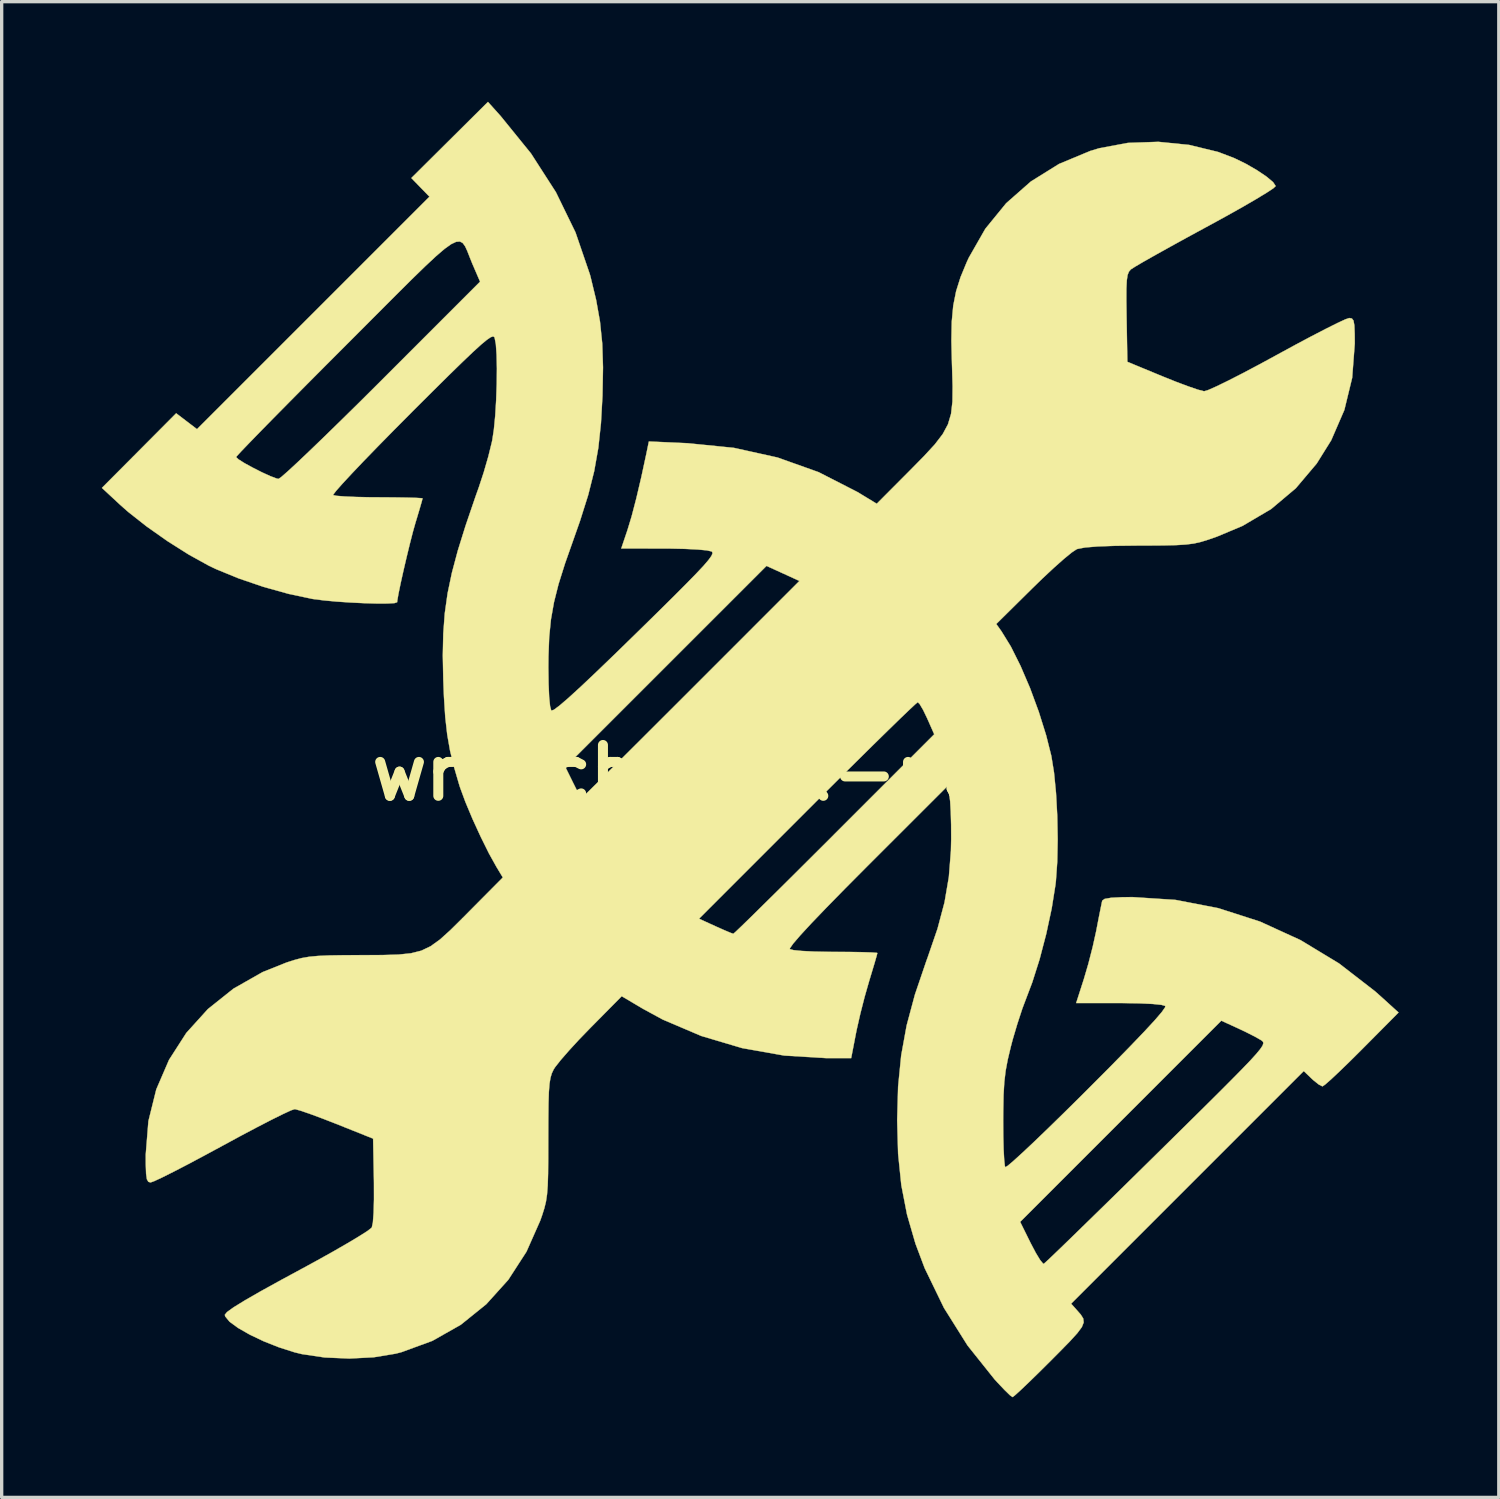
<source format=kicad_pcb>
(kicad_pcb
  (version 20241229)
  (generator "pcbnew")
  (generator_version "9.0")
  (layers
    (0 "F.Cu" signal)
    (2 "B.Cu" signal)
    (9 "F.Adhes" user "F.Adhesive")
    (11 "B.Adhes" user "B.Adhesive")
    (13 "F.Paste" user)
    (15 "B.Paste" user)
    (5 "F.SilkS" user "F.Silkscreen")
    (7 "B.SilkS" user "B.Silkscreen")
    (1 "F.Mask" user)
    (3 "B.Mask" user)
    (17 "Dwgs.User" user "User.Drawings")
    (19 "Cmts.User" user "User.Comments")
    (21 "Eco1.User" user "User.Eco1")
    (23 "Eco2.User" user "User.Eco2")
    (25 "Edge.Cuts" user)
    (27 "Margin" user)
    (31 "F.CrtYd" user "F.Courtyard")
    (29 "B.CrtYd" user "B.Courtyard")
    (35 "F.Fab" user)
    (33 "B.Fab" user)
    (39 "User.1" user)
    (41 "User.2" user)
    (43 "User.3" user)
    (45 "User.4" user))
  (footprint "wrench-silk-neg"
    (layer "F.Cu")
    (at 17.997 20.113)
    (property "Reference" "wrench-silk-neg" (at 0 0 0) (layer "F.SilkS") (effects (font (size 1.524 1.524) (thickness 0.3))))
    (attr through_hole)
    (fp_poly (pts (xy -6.042 -19.685) (xy -5.132 -18.563) (xy -4.385 -17.402) (xy -3.798 -16.197) (xy -3.368 -14.942) (xy -3.349 -14.873) (xy -3.18 -14.174) (xy -3.064 -13.523) (xy -2.997 -12.867) (xy -2.974 -12.152) (xy -2.989 -11.326) (xy -2.989 -11.312) (xy -3.035 -10.481) (xy -3.114 -9.742) (xy -3.238 -9.041) (xy -3.417 -8.329) (xy -3.662 -7.553) (xy -3.857 -6.998) (xy -4.113 -6.272) (xy -4.306 -5.658) (xy -4.443 -5.114) (xy -4.534 -4.599) (xy -4.587 -4.071) (xy -4.609 -3.488) (xy -4.612 -3.156) (xy -4.605 -2.664) (xy -4.588 -2.27) (xy -4.56 -1.996) (xy -4.525 -1.867) (xy -4.523 -1.864) (xy -4.45 -1.887) (xy -4.282 -2.011) (xy -4.015 -2.24) (xy -3.645 -2.578) (xy -3.169 -3.028) (xy -2.582 -3.593) (xy -1.999 -4.162) (xy -1.387 -4.762) (xy -0.887 -5.256) (xy -0.49 -5.654) (xy -0.185 -5.966) (xy 0.038 -6.203) (xy 0.187 -6.377) (xy 0.274 -6.497) (xy 0.308 -6.575) (xy 0.299 -6.621) (xy 0.282 -6.635) (xy 0.142 -6.667) (xy -0.135 -6.693) (xy -0.517 -6.712) (xy -0.974 -6.722) (xy -1.15 -6.723) (xy -2.427 -6.724) (xy -2.24 -7.278) (xy -2.117 -7.684) (xy -1.976 -8.224) (xy -1.825 -8.866) (xy -1.672 -9.576) (xy -1.641 -9.728) (xy -1.599 -9.931) (xy -0.44 -9.879) (xy 0.948 -9.74) (xy 2.258 -9.45) (xy 3.49 -9.011) (xy 4.643 -8.421) (xy 4.711 -8.381) (xy 5.231 -8.065) (xy 6.211 -9.049) (xy 6.645 -9.49) (xy 6.973 -9.846) (xy 7.208 -10.153) (xy 7.365 -10.445) (xy 7.458 -10.758) (xy 7.5 -11.127) (xy 7.505 -11.586) (xy 7.488 -12.17) (xy 7.485 -12.249) (xy 7.468 -12.95) (xy 7.479 -13.522) (xy 7.524 -14.004) (xy 7.61 -14.436) (xy 7.742 -14.856) (xy 7.927 -15.303) (xy 7.988 -15.436) (xy 8.485 -16.306) (xy 9.11 -17.072) (xy 9.851 -17.724) (xy 10.694 -18.249) (xy 11.628 -18.638) (xy 11.899 -18.72) (xy 12.758 -18.88) (xy 13.672 -18.912) (xy 14.592 -18.82) (xy 15.467 -18.607) (xy 15.946 -18.424) (xy 16.297 -18.253) (xy 16.63 -18.06) (xy 16.912 -17.87) (xy 17.109 -17.705) (xy 17.187 -17.588) (xy 17.187 -17.584) (xy 17.116 -17.518) (xy 16.913 -17.385) (xy 16.599 -17.194) (xy 16.192 -16.958) (xy 15.711 -16.688) (xy 15.174 -16.394) (xy 15.092 -16.35) (xy 14.54 -16.05) (xy 14.033 -15.771) (xy 13.589 -15.524) (xy 13.23 -15.321) (xy 12.978 -15.173) (xy 12.851 -15.092) (xy 12.846 -15.088) (xy 12.789 -15.021) (xy 12.749 -14.921) (xy 12.725 -14.759) (xy 12.713 -14.51) (xy 12.712 -14.145) (xy 12.719 -13.639) (xy 12.719 -13.638) (xy 12.742 -12.319) (xy 13.801 -11.881) (xy 14.207 -11.718) (xy 14.571 -11.582) (xy 14.857 -11.484) (xy 15.03 -11.439) (xy 15.048 -11.437) (xy 15.17 -11.475) (xy 15.418 -11.585) (xy 15.771 -11.757) (xy 16.207 -11.98) (xy 16.705 -12.244) (xy 17.233 -12.531) (xy 17.769 -12.823) (xy 18.263 -13.086) (xy 18.694 -13.309) (xy 19.04 -13.482) (xy 19.28 -13.593) (xy 19.394 -13.631) (xy 19.472 -13.617) (xy 19.52 -13.555) (xy 19.546 -13.411) (xy 19.556 -13.154) (xy 19.558 -12.865) (xy 19.48 -11.839) (xy 19.246 -10.876) (xy 18.852 -9.967) (xy 18.418 -9.271) (xy 17.791 -8.529) (xy 17.052 -7.907) (xy 16.194 -7.401) (xy 15.431 -7.081) (xy 15.168 -6.989) (xy 14.947 -6.921) (xy 14.736 -6.873) (xy 14.501 -6.843) (xy 14.209 -6.825) (xy 13.828 -6.816) (xy 13.323 -6.812) (xy 13.081 -6.812) (xy 12.385 -6.804) (xy 11.851 -6.785) (xy 11.475 -6.754) (xy 11.249 -6.711) (xy 11.22 -6.7) (xy 11.079 -6.607) (xy 10.844 -6.415) (xy 10.54 -6.145) (xy 10.193 -5.821) (xy 9.891 -5.527) (xy 8.813 -4.461) (xy 8.971 -4.239) (xy 9.251 -3.784) (xy 9.541 -3.203) (xy 9.826 -2.538) (xy 10.087 -1.83) (xy 10.309 -1.121) (xy 10.463 -0.508) (xy 10.544 -0.009) (xy 10.604 0.608) (xy 10.641 1.292) (xy 10.654 1.994) (xy 10.641 2.662) (xy 10.6 3.247) (xy 10.587 3.358) (xy 10.474 4.067) (xy 10.31 4.83) (xy 10.112 5.587) (xy 9.893 6.277) (xy 9.737 6.689) (xy 9.597 7.059) (xy 9.446 7.519) (xy 9.305 7.995) (xy 9.248 8.213) (xy 9.157 8.594) (xy 9.094 8.93) (xy 9.054 9.268) (xy 9.031 9.656) (xy 9.022 10.142) (xy 9.02 10.428) (xy 9.023 10.887) (xy 9.033 11.286) (xy 9.05 11.594) (xy 9.07 11.781) (xy 9.084 11.821) (xy 9.156 11.778) (xy 9.334 11.627) (xy 9.606 11.379) (xy 9.957 11.049) (xy 10.376 10.646) (xy 10.848 10.185) (xy 11.362 9.677) (xy 11.558 9.481) (xy 12.238 8.799) (xy 12.796 8.229) (xy 13.236 7.77) (xy 13.561 7.419) (xy 13.772 7.173) (xy 13.873 7.029) (xy 13.879 6.987) (xy 13.761 6.954) (xy 13.497 6.927) (xy 13.109 6.909) (xy 12.62 6.901) (xy 12.5 6.9) (xy 11.208 6.9) (xy 11.44 6.177) (xy 11.572 5.727) (xy 11.704 5.213) (xy 11.809 4.739) (xy 11.817 4.696) (xy 11.884 4.348) (xy 11.942 4.058) (xy 11.98 3.871) (xy 11.99 3.831) (xy 12.061 3.779) (xy 12.256 3.745) (xy 12.59 3.728) (xy 12.898 3.725) (xy 14.187 3.809) (xy 15.466 4.056) (xy 16.719 4.459) (xy 17.93 5.013) (xy 19.085 5.712) (xy 20.167 6.549) (xy 20.362 6.723) (xy 20.87 7.184) (xy 19.771 8.291) (xy 19.418 8.642) (xy 19.103 8.947) (xy 18.847 9.188) (xy 18.669 9.344) (xy 18.59 9.398) (xy 18.482 9.344) (xy 18.314 9.21) (xy 18.269 9.168) (xy 18.029 8.938) (xy 11.056 15.911) (xy 11.23 16.105) (xy 11.348 16.24) (xy 11.42 16.356) (xy 11.433 16.473) (xy 11.378 16.612) (xy 11.242 16.795) (xy 11.016 17.043) (xy 10.688 17.378) (xy 10.447 17.62) (xy 10.097 17.968) (xy 9.787 18.27) (xy 9.538 18.507) (xy 9.369 18.66) (xy 9.3 18.711) (xy 9.221 18.653) (xy 9.06 18.496) (xy 8.847 18.271) (xy 8.765 18.182) (xy 7.952 17.163) (xy 7.245 16.037) (xy 6.667 14.845) (xy 6.391 14.111) (xy 6.202 13.459) (xy 9.529 13.459) (xy 9.847 14.102) (xy 9.999 14.39) (xy 10.129 14.604) (xy 10.218 14.711) (xy 10.236 14.717) (xy 10.307 14.654) (xy 10.489 14.483) (xy 10.768 14.215) (xy 11.134 13.86) (xy 11.576 13.429) (xy 12.083 12.934) (xy 12.643 12.385) (xy 13.245 11.793) (xy 13.628 11.416) (xy 14.344 10.71) (xy 14.949 10.113) (xy 15.45 9.616) (xy 15.857 9.208) (xy 16.179 8.881) (xy 16.425 8.625) (xy 16.602 8.43) (xy 16.721 8.286) (xy 16.79 8.185) (xy 16.817 8.115) (xy 16.812 8.069) (xy 16.783 8.035) (xy 16.751 8.013) (xy 16.568 7.908) (xy 16.295 7.77) (xy 16.055 7.656) (xy 15.558 7.429) (xy 9.529 13.459) (xy 6.202 13.459) (xy 6.138 13.237) (xy 5.967 12.357) (xy 5.871 11.418) (xy 5.843 10.414) (xy 5.871 9.402) (xy 5.963 8.472) (xy 6.127 7.571) (xy 6.375 6.646) (xy 6.716 5.644) (xy 6.752 5.546) (xy 7.052 4.673) (xy 7.262 3.883) (xy 7.392 3.123) (xy 7.454 2.339) (xy 7.462 1.983) (xy 7.46 1.555) (xy 7.449 1.163) (xy 7.431 0.853) (xy 7.409 0.681) (xy 7.348 0.401) (xy 4.946 2.801) (xy 4.278 3.473) (xy 3.72 4.043) (xy 3.273 4.509) (xy 2.941 4.869) (xy 2.725 5.12) (xy 2.629 5.258) (xy 2.626 5.285) (xy 2.737 5.314) (xy 2.988 5.339) (xy 3.347 5.357) (xy 3.786 5.366) (xy 3.979 5.367) (xy 4.421 5.369) (xy 4.796 5.375) (xy 5.075 5.384) (xy 5.229 5.395) (xy 5.249 5.401) (xy 5.226 5.491) (xy 5.164 5.707) (xy 5.072 6.013) (xy 5 6.252) (xy 4.868 6.713) (xy 4.738 7.222) (xy 4.632 7.688) (xy 4.607 7.811) (xy 4.464 8.551) (xy 3.72 8.551) (xy 2.457 8.474) (xy 1.195 8.25) (xy -0.03 7.886) (xy -1.185 7.394) (xy -1.778 7.071) (xy -2.413 6.695) (xy -3.352 7.645) (xy -3.69 7.994) (xy -3.996 8.327) (xy -4.245 8.613) (xy -4.41 8.823) (xy -4.453 8.89) (xy -4.508 9.006) (xy -4.548 9.141) (xy -4.578 9.322) (xy -4.597 9.572) (xy -4.608 9.918) (xy -4.613 10.384) (xy -4.615 10.964) (xy -4.616 11.56) (xy -4.62 12.017) (xy -4.631 12.364) (xy -4.651 12.631) (xy -4.683 12.848) (xy -4.731 13.046) (xy -4.796 13.253) (xy -4.854 13.419) (xy -5.268 14.353) (xy -5.812 15.194) (xy -6.473 15.927) (xy -7.236 16.542) (xy -8.089 17.025) (xy -9.018 17.365) (xy -9.189 17.409) (xy -9.844 17.517) (xy -10.576 17.555) (xy -11.317 17.523) (xy -11.997 17.422) (xy -12.219 17.368) (xy -12.688 17.218) (xy -13.145 17.037) (xy -13.562 16.838) (xy -13.912 16.638) (xy -14.166 16.452) (xy -14.297 16.293) (xy -14.309 16.244) (xy -14.243 16.162) (xy -14.043 16.018) (xy -13.705 15.81) (xy -13.225 15.534) (xy -12.598 15.188) (xy -12.149 14.946) (xy -11.592 14.643) (xy -11.082 14.359) (xy -10.64 14.104) (xy -10.284 13.891) (xy -10.034 13.732) (xy -9.911 13.636) (xy -9.903 13.626) (xy -9.871 13.478) (xy -9.849 13.188) (xy -9.838 12.785) (xy -9.839 12.296) (xy -9.84 12.214) (xy -9.864 10.964) (xy -10.964 10.524) (xy -11.375 10.364) (xy -11.739 10.229) (xy -12.023 10.131) (xy -12.193 10.083) (xy -12.216 10.08) (xy -12.328 10.118) (xy -12.566 10.228) (xy -12.911 10.399) (xy -13.341 10.621) (xy -13.836 10.883) (xy -14.373 11.174) (xy -14.377 11.176) (xy -14.915 11.467) (xy -15.409 11.73) (xy -15.839 11.953) (xy -16.183 12.125) (xy -16.422 12.237) (xy -16.533 12.277) (xy -16.534 12.277) (xy -16.601 12.258) (xy -16.644 12.182) (xy -16.668 12.018) (xy -16.678 11.737) (xy -16.679 11.444) (xy -16.599 10.439) (xy -16.363 9.488) (xy -15.981 8.603) (xy -15.463 7.796) (xy -14.816 7.081) (xy -14.05 6.469) (xy -13.175 5.972) (xy -12.46 5.686) (xy -12.22 5.609) (xy -12.005 5.552) (xy -11.78 5.513) (xy -11.515 5.488) (xy -11.175 5.473) (xy -10.728 5.466) (xy -10.202 5.464) (xy -9.588 5.462) (xy -9.109 5.448) (xy -8.731 5.409) (xy -8.42 5.331) (xy -8.143 5.199) (xy -7.865 5) (xy -7.553 4.719) (xy -7.203 4.373) (xy -0.096 4.373) (xy 0.396 4.598) (xy 0.657 4.714) (xy 0.851 4.796) (xy 0.932 4.824) (xy 0.998 4.767) (xy 1.173 4.6) (xy 1.444 4.337) (xy 1.799 3.987) (xy 2.229 3.563) (xy 2.72 3.076) (xy 3.261 2.537) (xy 3.842 1.958) (xy 3.964 1.835) (xy 6.954 -1.155) (xy 6.741 -1.636) (xy 6.62 -1.887) (xy 6.517 -2.061) (xy 6.46 -2.117) (xy 6.389 -2.058) (xy 6.21 -1.891) (xy 5.933 -1.626) (xy 5.571 -1.273) (xy 5.133 -0.844) (xy 4.632 -0.349) (xy 4.079 0.199) (xy 3.484 0.792) (xy 3.148 1.128) (xy -0.096 4.373) (xy -7.203 4.373) (xy -7.172 4.342) (xy -6.946 4.114) (xy -5.976 3.137) (xy -6.169 2.817) (xy -6.393 2.414) (xy -6.639 1.918) (xy -6.883 1.386) (xy -7.097 0.876) (xy -7.256 0.444) (xy -7.277 0.381) (xy -7.438 -0.17) (xy -7.439 -0.174) (xy -4.102 -0.174) (xy -3.872 0.294) (xy -3.749 0.539) (xy -3.657 0.708) (xy -3.62 0.762) (xy -3.558 0.704) (xy -3.387 0.537) (xy -3.118 0.272) (xy -2.762 -0.081) (xy -2.331 -0.509) (xy -1.835 -1.003) (xy -1.285 -1.552) (xy -0.692 -2.144) (xy -0.342 -2.494) (xy 2.914 -5.751) (xy 2.42 -5.977) (xy 1.927 -6.202) (xy -4.102 -0.174) (xy -7.439 -0.174) (xy -7.558 -0.663) (xy -7.643 -1.147) (xy -7.702 -1.67) (xy -7.741 -2.28) (xy -7.761 -2.794) (xy -7.775 -3.52) (xy -7.761 -4.172) (xy -7.716 -4.781) (xy -7.632 -5.378) (xy -7.503 -5.995) (xy -7.325 -6.663) (xy -7.091 -7.413) (xy -6.796 -8.277) (xy -6.691 -8.572) (xy -6.549 -9.005) (xy -6.412 -9.478) (xy -6.308 -9.901) (xy -6.293 -9.969) (xy -6.244 -10.294) (xy -6.204 -10.706) (xy -6.176 -11.172) (xy -6.159 -11.654) (xy -6.154 -12.117) (xy -6.163 -12.527) (xy -6.185 -12.846) (xy -6.222 -13.039) (xy -6.232 -13.06) (xy -6.268 -13.081) (xy -6.34 -13.056) (xy -6.456 -12.977) (xy -6.629 -12.834) (xy -6.867 -12.617) (xy -7.182 -12.317) (xy -7.584 -11.925) (xy -8.083 -11.431) (xy -8.69 -10.826) (xy -8.719 -10.796) (xy -9.241 -10.271) (xy -9.721 -9.782) (xy -10.147 -9.343) (xy -10.506 -8.965) (xy -10.786 -8.663) (xy -10.974 -8.45) (xy -11.059 -8.338) (xy -11.062 -8.324) (xy -10.959 -8.302) (xy -10.718 -8.283) (xy -10.368 -8.268) (xy -9.942 -8.259) (xy -9.69 -8.258) (xy -9.241 -8.255) (xy -8.859 -8.249) (xy -8.571 -8.241) (xy -8.408 -8.231) (xy -8.382 -8.225) (xy -8.405 -8.136) (xy -8.466 -7.924) (xy -8.554 -7.629) (xy -8.592 -7.505) (xy -8.669 -7.232) (xy -8.761 -6.873) (xy -8.86 -6.467) (xy -8.956 -6.055) (xy -9.041 -5.673) (xy -9.105 -5.361) (xy -9.14 -5.157) (xy -9.144 -5.113) (xy -9.223 -5.087) (xy -9.436 -5.075) (xy -9.751 -5.074) (xy -10.134 -5.085) (xy -10.55 -5.105) (xy -10.966 -5.133) (xy -11.348 -5.169) (xy -11.663 -5.209) (xy -11.69 -5.214) (xy -12.395 -5.363) (xy -13.155 -5.575) (xy -13.904 -5.831) (xy -14.575 -6.107) (xy -14.793 -6.211) (xy -15.391 -6.542) (xy -16.03 -6.946) (xy -16.652 -7.384) (xy -17.203 -7.818) (xy -17.442 -8.029) (xy -17.992 -8.54) (xy -17.073 -9.463) (xy -13.97 -9.463) (xy -13.9 -9.396) (xy -13.719 -9.282) (xy -13.47 -9.146) (xy -13.198 -9.008) (xy -12.946 -8.893) (xy -12.758 -8.822) (xy -12.7 -8.809) (xy -12.616 -8.867) (xy -12.426 -9.033) (xy -12.14 -9.297) (xy -11.771 -9.647) (xy -11.331 -10.071) (xy -10.832 -10.558) (xy -10.285 -11.096) (xy -9.703 -11.675) (xy -9.615 -11.763) (xy -6.658 -14.721) (xy -6.889 -15.256) (xy -6.972 -15.462) (xy -7.041 -15.639) (xy -7.106 -15.78) (xy -7.176 -15.877) (xy -7.263 -15.925) (xy -7.376 -15.916) (xy -7.526 -15.845) (xy -7.723 -15.704) (xy -7.977 -15.486) (xy -8.299 -15.186) (xy -8.699 -14.797) (xy -9.187 -14.311) (xy -9.774 -13.723) (xy -10.469 -13.026) (xy -10.67 -12.825) (xy -11.287 -12.207) (xy -11.866 -11.625) (xy -12.397 -11.089) (xy -12.869 -10.611) (xy -13.271 -10.201) (xy -13.591 -9.871) (xy -13.821 -9.631) (xy -13.948 -9.493) (xy -13.97 -9.463) (xy -17.073 -9.463) (xy -16.879 -9.658) (xy -15.767 -10.776) (xy -15.455 -10.538) (xy -15.143 -10.3) (xy -8.175 -17.268) (xy -8.446 -17.547) (xy -8.718 -17.827) (xy -6.422 -20.108) (xy -6.042 -19.685)) (stroke (width 0.01) (type solid)) (fill yes) (layer "F.SilkS")))
  (gr_rect
    (start -3 -3)
    (end 41.872 41.83)
    (stroke (width 0.1) (type default))
    (fill no)
    (layer "Edge.Cuts")))
</source>
